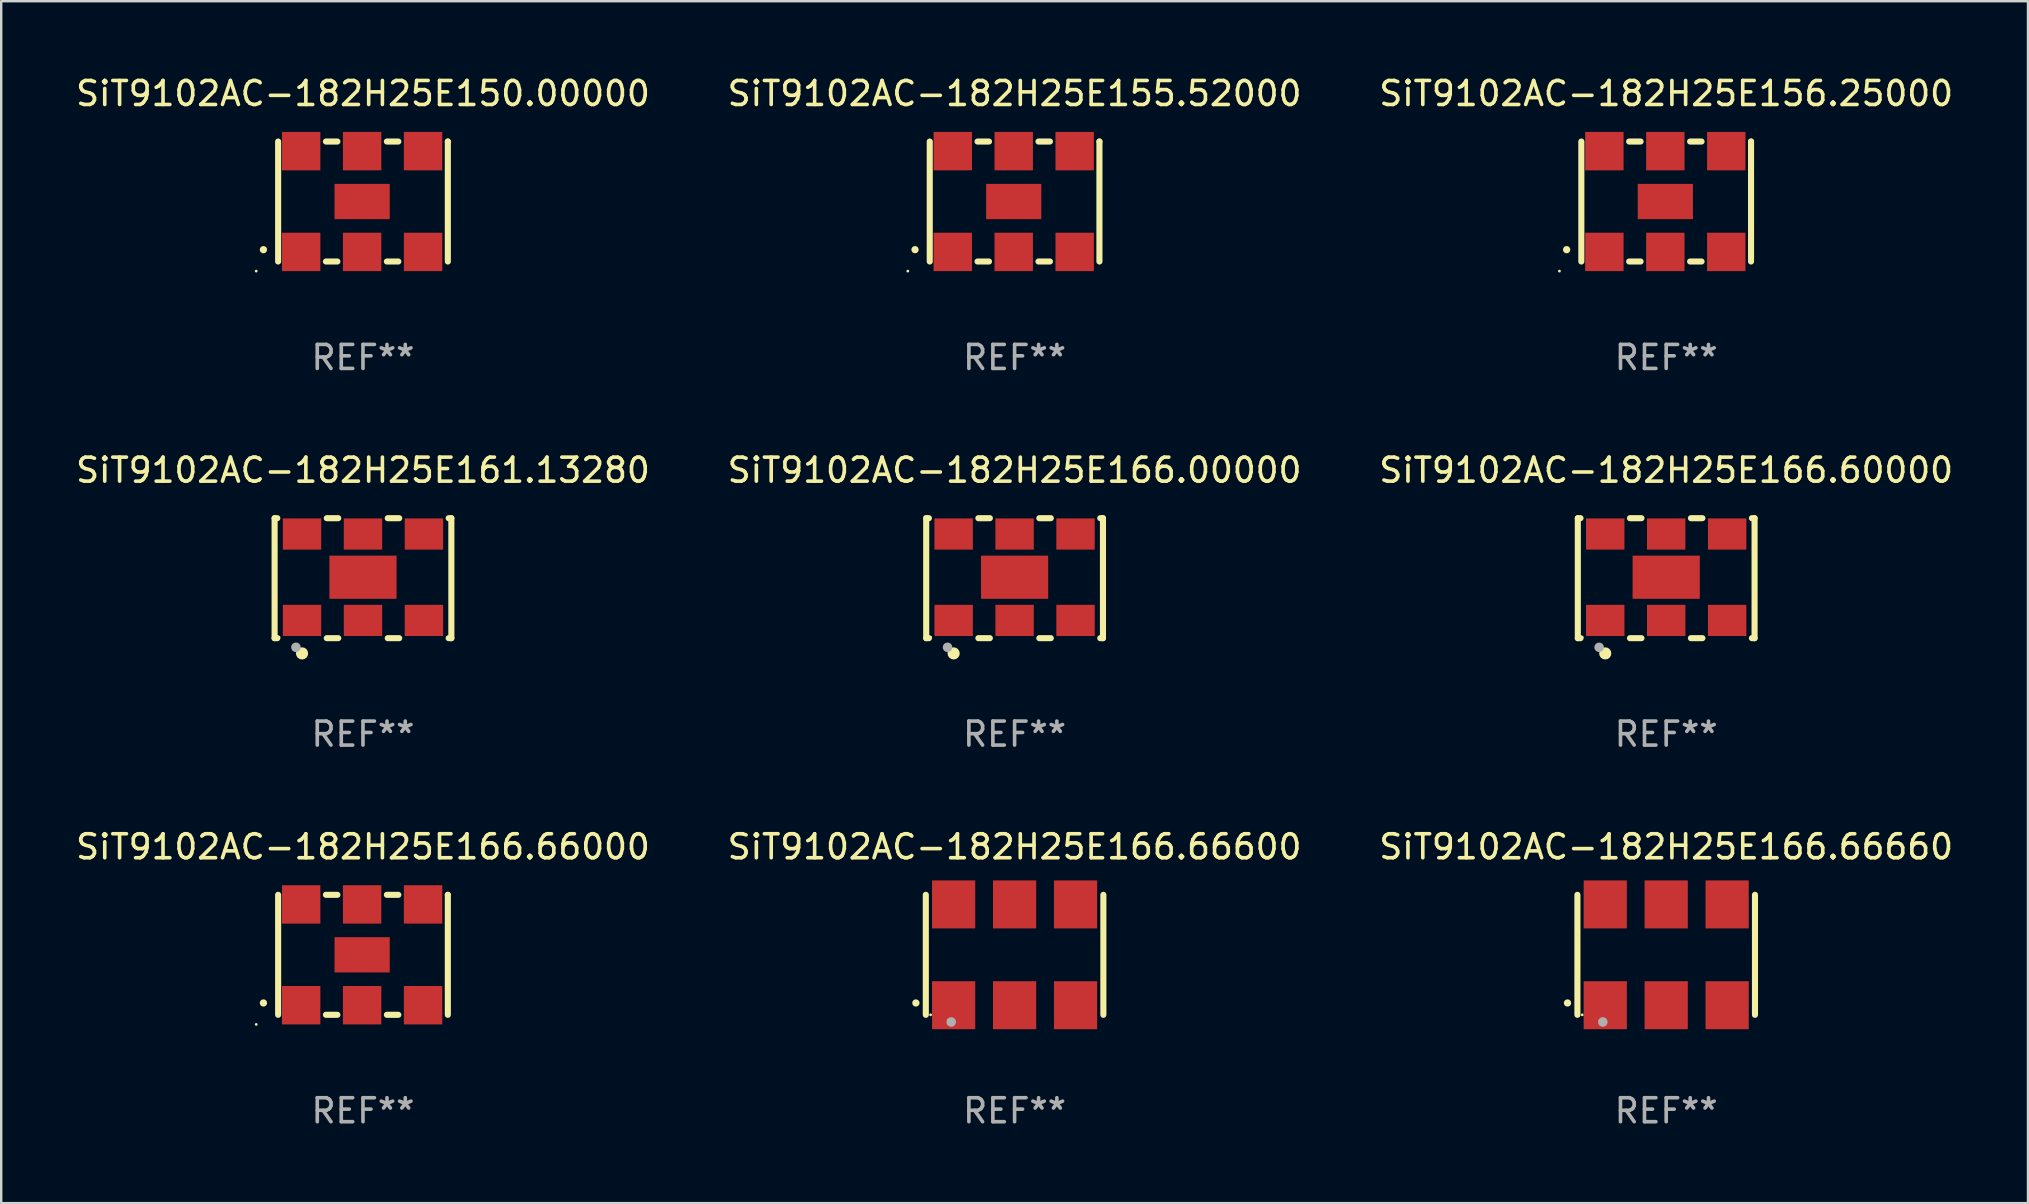
<source format=kicad_pcb>
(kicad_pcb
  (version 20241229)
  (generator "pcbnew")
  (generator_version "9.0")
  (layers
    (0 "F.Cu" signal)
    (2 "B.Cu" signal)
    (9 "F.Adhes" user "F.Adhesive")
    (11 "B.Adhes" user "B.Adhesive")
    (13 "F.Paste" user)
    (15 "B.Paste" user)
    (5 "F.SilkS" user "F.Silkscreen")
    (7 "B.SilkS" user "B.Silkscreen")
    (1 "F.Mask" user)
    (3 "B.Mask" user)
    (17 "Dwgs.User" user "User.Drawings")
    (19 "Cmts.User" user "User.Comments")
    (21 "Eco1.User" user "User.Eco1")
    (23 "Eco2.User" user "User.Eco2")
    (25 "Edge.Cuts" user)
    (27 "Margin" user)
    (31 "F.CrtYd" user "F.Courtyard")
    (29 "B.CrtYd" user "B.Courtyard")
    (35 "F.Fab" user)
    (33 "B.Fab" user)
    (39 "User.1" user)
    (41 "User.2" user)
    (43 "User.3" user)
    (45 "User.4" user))
  (footprint "SiT9102AC-182H25E156.25000"
    (layer "F.Cu")
    (at 66.387 5.348)
    (property "Reference" "SiT9102AC-182H25E156.25000" (at 0 -4.5 0) (layer "F.SilkS") (effects (font (size 1 1) (thickness 0.15))))
    (attr through_hole)
    (fp_line (start -3.536 -2.5) (end -3.536 2.5) (stroke (width 0.254) (type solid)) (layer "F.SilkS"))
    (fp_line (start -1.544 2.5) (end -1.067 2.5) (stroke (width 0.254) (type solid)) (layer "F.SilkS"))
    (fp_line (start -1.067 -2.5) (end -1.544 -2.5) (stroke (width 0.254) (type solid)) (layer "F.SilkS"))
    (fp_line (start 0.996 2.5) (end 1.473 2.5) (stroke (width 0.254) (type solid)) (layer "F.SilkS"))
    (fp_line (start 1.473 -2.5) (end 0.996 -2.5) (stroke (width 0.254) (type solid)) (layer "F.SilkS"))
    (fp_line (start 3.536 -2.5) (end 3.536 -2.5) (stroke (width 0.254) (type solid)) (layer "F.SilkS"))
    (fp_line (start 3.536 2.5) (end 3.536 -2.5) (stroke (width 0.254) (type solid)) (layer "F.SilkS"))
    (fp_arc (start -4.150432 2.006604) (mid -4.149162 2.006599) (end -4.147892 2.006604) (stroke (width 0.3) (type solid)) (layer "F.SilkS"))
    (fp_circle (center -4.449 2.9) (end -4.419 2.9) (stroke (width 0.06) (type solid)) (fill no) (layer "F.SilkS"))
    (fp_text user "REF**" (at 0 6.5 0) (layer "F.Fab") (effects (font (size 1 1) (thickness 0.15))))
    (pad "1" smd rect (at -2.576 2.1) (size 1.6 1.6) (layers "F.Cu" "F.Mask" "F.Paste"))
    (pad "2" smd rect (at -0.036 2.1) (size 1.6 1.6) (layers "F.Cu" "F.Mask" "F.Paste"))
    (pad "3" smd rect (at 2.504 2.1) (size 1.6 1.6) (layers "F.Cu" "F.Mask" "F.Paste"))
    (pad "4" smd rect (at 2.504 -2.1) (size 1.6 1.6) (layers "F.Cu" "F.Mask" "F.Paste"))
    (pad "5" smd rect (at -0.036 -2.1) (size 1.6 1.6) (layers "F.Cu" "F.Mask" "F.Paste"))
    (pad "6" smd rect (at -2.576 -2.1) (size 1.6 1.6) (layers "F.Cu" "F.Mask" "F.Paste"))
    (pad "7" smd rect (at -0.036 0) (size 2.3 1.47) (layers "F.Cu" "F.Mask" "F.Paste")))
  (footprint "SiT9102AC-182H25E166.66600"
    (layer "F.Cu")
    (at 39.232 36.741)
    (property "Reference" "SiT9102AC-182H25E166.66600" (at 0 -4.5 0) (layer "F.SilkS") (effects (font (size 1 1) (thickness 0.15))))
    (attr through_hole)
    (fp_line (start -3.7 -2.5) (end -3.7 2.5) (stroke (width 0.254) (type solid)) (layer "F.SilkS"))
    (fp_line (start 3.7 -2.5) (end 3.7 2.5) (stroke (width 0.254) (type solid)) (layer "F.SilkS"))
    (fp_arc (start -4.114415 2.006604) (mid -4.113145 2.006599) (end -4.111875 2.006604) (stroke (width 0.3) (type solid)) (layer "F.SilkS"))
    (fp_circle (center -3.5 2.501) (end -3.47 2.501) (stroke (width 0.06) (type solid)) (fill no) (layer "F.SilkS"))
    (fp_circle (center -2.641 2.799) (end -2.541 2.799) (stroke (width 0.2) (type solid)) (fill no) (layer "F.Fab"))
    (fp_text user "REF**" (at 0 6.5 0) (layer "F.Fab") (effects (font (size 1 1) (thickness 0.15))))
    (pad "1" smd rect (at -2.54 2.1) (size 1.8 2) (layers "F.Cu" "F.Mask" "F.Paste"))
    (pad "2" smd rect (at 0.000394 2.1) (size 1.8 2) (layers "F.Cu" "F.Mask" "F.Paste"))
    (pad "3" smd rect (at 2.54 2.1) (size 1.8 2) (layers "F.Cu" "F.Mask" "F.Paste"))
    (pad "4" smd rect (at 2.54 -2.1) (size 1.8 2) (layers "F.Cu" "F.Mask" "F.Paste"))
    (pad "5" smd rect (at 0.000394 -2.1) (size 1.8 2) (layers "F.Cu" "F.Mask" "F.Paste"))
    (pad "6" smd rect (at -2.54 -2.1) (size 1.8 2) (layers "F.Cu" "F.Mask" "F.Paste")))
  (footprint "SiT9102AC-182H25E166.00000"
    (layer "F.Cu")
    (at 39.232 21.045)
    (property "Reference" "SiT9102AC-182H25E166.00000" (at 0 -4.5 0) (layer "F.SilkS") (effects (font (size 1 1) (thickness 0.15))))
    (attr through_hole)
    (fp_line (start -3.683 -2.5) (end -3.571 -2.5) (stroke (width 0.254) (type solid)) (layer "F.SilkS"))
    (fp_line (start -3.683 2.5) (end -3.683 -2.5) (stroke (width 0.254) (type solid)) (layer "F.SilkS"))
    (fp_line (start -3.683 2.5) (end -3.571 2.5) (stroke (width 0.254) (type solid)) (layer "F.SilkS"))
    (fp_line (start -1.509 -2.5) (end -1.031 -2.5) (stroke (width 0.254) (type solid)) (layer "F.SilkS"))
    (fp_line (start -1.509 2.5) (end -1.031 2.5) (stroke (width 0.254) (type solid)) (layer "F.SilkS"))
    (fp_line (start 1.031 -2.5) (end 1.509 -2.5) (stroke (width 0.254) (type solid)) (layer "F.SilkS"))
    (fp_line (start 1.031 2.5) (end 1.509 2.5) (stroke (width 0.254) (type solid)) (layer "F.SilkS"))
    (fp_line (start 3.571 -2.5) (end 3.683 -2.5) (stroke (width 0.254) (type solid)) (layer "F.SilkS"))
    (fp_line (start 3.571 2.5) (end 3.683 2.5) (stroke (width 0.254) (type solid)) (layer "F.SilkS"))
    (fp_line (start 3.683 2.5) (end 3.683 -2.5) (stroke (width 0.254) (type solid)) (layer "F.SilkS"))
    (fp_circle (center -3.5 2.46) (end -3.47 2.46) (stroke (width 0.06) (type solid)) (fill no) (layer "F.SilkS"))
    (fp_circle (center -2.54 3.135) (end -2.413 3.135) (stroke (width 0.254) (type solid)) (fill no) (layer "F.SilkS"))
    (fp_circle (center -2.794 2.881) (end -2.694 2.881) (stroke (width 0.2) (type solid)) (fill no) (layer "F.Fab"))
    (fp_text user "REF**" (at 0 6.5 0) (layer "F.Fab") (effects (font (size 1 1) (thickness 0.15))))
    (pad "1" smd rect (at -2.54 1.76) (size 1.6 1.3) (layers "F.Cu" "F.Mask" "F.Paste"))
    (pad "2" smd rect (at 0 1.76) (size 1.6 1.3) (layers "F.Cu" "F.Mask" "F.Paste"))
    (pad "3" smd rect (at 2.54 1.76) (size 1.6 1.3) (layers "F.Cu" "F.Mask" "F.Paste"))
    (pad "4" smd rect (at 2.54 -1.84) (size 1.6 1.3) (layers "F.Cu" "F.Mask" "F.Paste"))
    (pad "5" smd rect (at 0 -1.84) (size 1.6 1.3) (layers "F.Cu" "F.Mask" "F.Paste"))
    (pad "6" smd rect (at -2.54 -1.84) (size 1.6 1.3) (layers "F.Cu" "F.Mask" "F.Paste"))
    (pad "7" smd rect (at 0 -0.04) (size 2.8 1.8) (layers "F.Cu" "F.Mask" "F.Paste")))
  (footprint "SiT9102AC-182H25E166.66000"
    (layer "F.Cu")
    (at 12.077 36.741)
    (property "Reference" "SiT9102AC-182H25E166.66000" (at 0 -4.5 0) (layer "F.SilkS") (effects (font (size 1 1) (thickness 0.15))))
    (attr through_hole)
    (fp_line (start -3.536 -2.5) (end -3.536 2.5) (stroke (width 0.254) (type solid)) (layer "F.SilkS"))
    (fp_line (start -1.544 2.5) (end -1.067 2.5) (stroke (width 0.254) (type solid)) (layer "F.SilkS"))
    (fp_line (start -1.067 -2.5) (end -1.544 -2.5) (stroke (width 0.254) (type solid)) (layer "F.SilkS"))
    (fp_line (start 0.996 2.5) (end 1.473 2.5) (stroke (width 0.254) (type solid)) (layer "F.SilkS"))
    (fp_line (start 1.473 -2.5) (end 0.996 -2.5) (stroke (width 0.254) (type solid)) (layer "F.SilkS"))
    (fp_line (start 3.536 -2.5) (end 3.536 -2.5) (stroke (width 0.254) (type solid)) (layer "F.SilkS"))
    (fp_line (start 3.536 2.5) (end 3.536 -2.5) (stroke (width 0.254) (type solid)) (layer "F.SilkS"))
    (fp_arc (start -4.150432 2.006604) (mid -4.149162 2.006599) (end -4.147892 2.006604) (stroke (width 0.3) (type solid)) (layer "F.SilkS"))
    (fp_circle (center -4.449 2.9) (end -4.419 2.9) (stroke (width 0.06) (type solid)) (fill no) (layer "F.SilkS"))
    (fp_text user "REF**" (at 0 6.5 0) (layer "F.Fab") (effects (font (size 1 1) (thickness 0.15))))
    (pad "1" smd rect (at -2.576 2.1) (size 1.6 1.6) (layers "F.Cu" "F.Mask" "F.Paste"))
    (pad "2" smd rect (at -0.036 2.1) (size 1.6 1.6) (layers "F.Cu" "F.Mask" "F.Paste"))
    (pad "3" smd rect (at 2.504 2.1) (size 1.6 1.6) (layers "F.Cu" "F.Mask" "F.Paste"))
    (pad "4" smd rect (at 2.504 -2.1) (size 1.6 1.6) (layers "F.Cu" "F.Mask" "F.Paste"))
    (pad "5" smd rect (at -0.036 -2.1) (size 1.6 1.6) (layers "F.Cu" "F.Mask" "F.Paste"))
    (pad "6" smd rect (at -2.576 -2.1) (size 1.6 1.6) (layers "F.Cu" "F.Mask" "F.Paste"))
    (pad "7" smd rect (at -0.036 0) (size 2.3 1.47) (layers "F.Cu" "F.Mask" "F.Paste")))
  (footprint "SiT9102AC-182H25E166.60000"
    (layer "F.Cu")
    (at 66.387 21.045)
    (property "Reference" "SiT9102AC-182H25E166.60000" (at 0 -4.5 0) (layer "F.SilkS") (effects (font (size 1 1) (thickness 0.15))))
    (attr through_hole)
    (fp_line (start -3.683 -2.5) (end -3.571 -2.5) (stroke (width 0.254) (type solid)) (layer "F.SilkS"))
    (fp_line (start -3.683 2.5) (end -3.683 -2.5) (stroke (width 0.254) (type solid)) (layer "F.SilkS"))
    (fp_line (start -3.683 2.5) (end -3.571 2.5) (stroke (width 0.254) (type solid)) (layer "F.SilkS"))
    (fp_line (start -1.509 -2.5) (end -1.031 -2.5) (stroke (width 0.254) (type solid)) (layer "F.SilkS"))
    (fp_line (start -1.509 2.5) (end -1.031 2.5) (stroke (width 0.254) (type solid)) (layer "F.SilkS"))
    (fp_line (start 1.031 -2.5) (end 1.509 -2.5) (stroke (width 0.254) (type solid)) (layer "F.SilkS"))
    (fp_line (start 1.031 2.5) (end 1.509 2.5) (stroke (width 0.254) (type solid)) (layer "F.SilkS"))
    (fp_line (start 3.571 -2.5) (end 3.683 -2.5) (stroke (width 0.254) (type solid)) (layer "F.SilkS"))
    (fp_line (start 3.571 2.5) (end 3.683 2.5) (stroke (width 0.254) (type solid)) (layer "F.SilkS"))
    (fp_line (start 3.683 2.5) (end 3.683 -2.5) (stroke (width 0.254) (type solid)) (layer "F.SilkS"))
    (fp_circle (center -3.5 2.46) (end -3.47 2.46) (stroke (width 0.06) (type solid)) (fill no) (layer "F.SilkS"))
    (fp_circle (center -2.54 3.135) (end -2.413 3.135) (stroke (width 0.254) (type solid)) (fill no) (layer "F.SilkS"))
    (fp_circle (center -2.794 2.881) (end -2.694 2.881) (stroke (width 0.2) (type solid)) (fill no) (layer "F.Fab"))
    (fp_text user "REF**" (at 0 6.5 0) (layer "F.Fab") (effects (font (size 1 1) (thickness 0.15))))
    (pad "1" smd rect (at -2.54 1.76) (size 1.6 1.3) (layers "F.Cu" "F.Mask" "F.Paste"))
    (pad "2" smd rect (at 0 1.76) (size 1.6 1.3) (layers "F.Cu" "F.Mask" "F.Paste"))
    (pad "3" smd rect (at 2.54 1.76) (size 1.6 1.3) (layers "F.Cu" "F.Mask" "F.Paste"))
    (pad "4" smd rect (at 2.54 -1.84) (size 1.6 1.3) (layers "F.Cu" "F.Mask" "F.Paste"))
    (pad "5" smd rect (at 0 -1.84) (size 1.6 1.3) (layers "F.Cu" "F.Mask" "F.Paste"))
    (pad "6" smd rect (at -2.54 -1.84) (size 1.6 1.3) (layers "F.Cu" "F.Mask" "F.Paste"))
    (pad "7" smd rect (at 0 -0.04) (size 2.8 1.8) (layers "F.Cu" "F.Mask" "F.Paste")))
  (footprint "SiT9102AC-182H25E150.00000"
    (layer "F.Cu")
    (at 12.077 5.348)
    (property "Reference" "SiT9102AC-182H25E150.00000" (at 0 -4.5 0) (layer "F.SilkS") (effects (font (size 1 1) (thickness 0.15))))
    (attr through_hole)
    (fp_line (start -3.536 -2.5) (end -3.536 2.5) (stroke (width 0.254) (type solid)) (layer "F.SilkS"))
    (fp_line (start -1.544 2.5) (end -1.067 2.5) (stroke (width 0.254) (type solid)) (layer "F.SilkS"))
    (fp_line (start -1.067 -2.5) (end -1.544 -2.5) (stroke (width 0.254) (type solid)) (layer "F.SilkS"))
    (fp_line (start 0.996 2.5) (end 1.473 2.5) (stroke (width 0.254) (type solid)) (layer "F.SilkS"))
    (fp_line (start 1.473 -2.5) (end 0.996 -2.5) (stroke (width 0.254) (type solid)) (layer "F.SilkS"))
    (fp_line (start 3.536 -2.5) (end 3.536 -2.5) (stroke (width 0.254) (type solid)) (layer "F.SilkS"))
    (fp_line (start 3.536 2.5) (end 3.536 -2.5) (stroke (width 0.254) (type solid)) (layer "F.SilkS"))
    (fp_arc (start -4.150432 2.006604) (mid -4.149162 2.006599) (end -4.147892 2.006604) (stroke (width 0.3) (type solid)) (layer "F.SilkS"))
    (fp_circle (center -4.449 2.9) (end -4.419 2.9) (stroke (width 0.06) (type solid)) (fill no) (layer "F.SilkS"))
    (fp_text user "REF**" (at 0 6.5 0) (layer "F.Fab") (effects (font (size 1 1) (thickness 0.15))))
    (pad "1" smd rect (at -2.576 2.1) (size 1.6 1.6) (layers "F.Cu" "F.Mask" "F.Paste"))
    (pad "2" smd rect (at -0.036 2.1) (size 1.6 1.6) (layers "F.Cu" "F.Mask" "F.Paste"))
    (pad "3" smd rect (at 2.504 2.1) (size 1.6 1.6) (layers "F.Cu" "F.Mask" "F.Paste"))
    (pad "4" smd rect (at 2.504 -2.1) (size 1.6 1.6) (layers "F.Cu" "F.Mask" "F.Paste"))
    (pad "5" smd rect (at -0.036 -2.1) (size 1.6 1.6) (layers "F.Cu" "F.Mask" "F.Paste"))
    (pad "6" smd rect (at -2.576 -2.1) (size 1.6 1.6) (layers "F.Cu" "F.Mask" "F.Paste"))
    (pad "7" smd rect (at -0.036 0) (size 2.3 1.47) (layers "F.Cu" "F.Mask" "F.Paste")))
  (footprint "SiT9102AC-182H25E166.66660"
    (layer "F.Cu")
    (at 66.387 36.741)
    (property "Reference" "SiT9102AC-182H25E166.66660" (at 0 -4.5 0) (layer "F.SilkS") (effects (font (size 1 1) (thickness 0.15))))
    (attr through_hole)
    (fp_line (start -3.7 -2.5) (end -3.7 2.5) (stroke (width 0.254) (type solid)) (layer "F.SilkS"))
    (fp_line (start 3.7 -2.5) (end 3.7 2.5) (stroke (width 0.254) (type solid)) (layer "F.SilkS"))
    (fp_arc (start -4.114415 2.006604) (mid -4.113145 2.006599) (end -4.111875 2.006604) (stroke (width 0.3) (type solid)) (layer "F.SilkS"))
    (fp_circle (center -3.5 2.501) (end -3.47 2.501) (stroke (width 0.06) (type solid)) (fill no) (layer "F.SilkS"))
    (fp_circle (center -2.641 2.799) (end -2.541 2.799) (stroke (width 0.2) (type solid)) (fill no) (layer "F.Fab"))
    (fp_text user "REF**" (at 0 6.5 0) (layer "F.Fab") (effects (font (size 1 1) (thickness 0.15))))
    (pad "1" smd rect (at -2.54 2.1) (size 1.8 2) (layers "F.Cu" "F.Mask" "F.Paste"))
    (pad "2" smd rect (at 0.000394 2.1) (size 1.8 2) (layers "F.Cu" "F.Mask" "F.Paste"))
    (pad "3" smd rect (at 2.54 2.1) (size 1.8 2) (layers "F.Cu" "F.Mask" "F.Paste"))
    (pad "4" smd rect (at 2.54 -2.1) (size 1.8 2) (layers "F.Cu" "F.Mask" "F.Paste"))
    (pad "5" smd rect (at 0.000394 -2.1) (size 1.8 2) (layers "F.Cu" "F.Mask" "F.Paste"))
    (pad "6" smd rect (at -2.54 -2.1) (size 1.8 2) (layers "F.Cu" "F.Mask" "F.Paste")))
  (footprint "SiT9102AC-182H25E155.52000"
    (layer "F.Cu")
    (at 39.232 5.348)
    (property "Reference" "SiT9102AC-182H25E155.52000" (at 0 -4.5 0) (layer "F.SilkS") (effects (font (size 1 1) (thickness 0.15))))
    (attr through_hole)
    (fp_line (start -3.536 -2.5) (end -3.536 2.5) (stroke (width 0.254) (type solid)) (layer "F.SilkS"))
    (fp_line (start -1.544 2.5) (end -1.067 2.5) (stroke (width 0.254) (type solid)) (layer "F.SilkS"))
    (fp_line (start -1.067 -2.5) (end -1.544 -2.5) (stroke (width 0.254) (type solid)) (layer "F.SilkS"))
    (fp_line (start 0.996 2.5) (end 1.473 2.5) (stroke (width 0.254) (type solid)) (layer "F.SilkS"))
    (fp_line (start 1.473 -2.5) (end 0.996 -2.5) (stroke (width 0.254) (type solid)) (layer "F.SilkS"))
    (fp_line (start 3.536 -2.5) (end 3.536 -2.5) (stroke (width 0.254) (type solid)) (layer "F.SilkS"))
    (fp_line (start 3.536 2.5) (end 3.536 -2.5) (stroke (width 0.254) (type solid)) (layer "F.SilkS"))
    (fp_arc (start -4.150432 2.006604) (mid -4.149162 2.006599) (end -4.147892 2.006604) (stroke (width 0.3) (type solid)) (layer "F.SilkS"))
    (fp_circle (center -4.449 2.9) (end -4.419 2.9) (stroke (width 0.06) (type solid)) (fill no) (layer "F.SilkS"))
    (fp_text user "REF**" (at 0 6.5 0) (layer "F.Fab") (effects (font (size 1 1) (thickness 0.15))))
    (pad "1" smd rect (at -2.576 2.1) (size 1.6 1.6) (layers "F.Cu" "F.Mask" "F.Paste"))
    (pad "2" smd rect (at -0.036 2.1) (size 1.6 1.6) (layers "F.Cu" "F.Mask" "F.Paste"))
    (pad "3" smd rect (at 2.504 2.1) (size 1.6 1.6) (layers "F.Cu" "F.Mask" "F.Paste"))
    (pad "4" smd rect (at 2.504 -2.1) (size 1.6 1.6) (layers "F.Cu" "F.Mask" "F.Paste"))
    (pad "5" smd rect (at -0.036 -2.1) (size 1.6 1.6) (layers "F.Cu" "F.Mask" "F.Paste"))
    (pad "6" smd rect (at -2.576 -2.1) (size 1.6 1.6) (layers "F.Cu" "F.Mask" "F.Paste"))
    (pad "7" smd rect (at -0.036 0) (size 2.3 1.47) (layers "F.Cu" "F.Mask" "F.Paste")))
  (footprint "SiT9102AC-182H25E161.13280"
    (layer "F.Cu")
    (at 12.077 21.045)
    (property "Reference" "SiT9102AC-182H25E161.13280" (at 0 -4.5 0) (layer "F.SilkS") (effects (font (size 1 1) (thickness 0.15))))
    (attr through_hole)
    (fp_line (start -3.683 -2.5) (end -3.571 -2.5) (stroke (width 0.254) (type solid)) (layer "F.SilkS"))
    (fp_line (start -3.683 2.5) (end -3.683 -2.5) (stroke (width 0.254) (type solid)) (layer "F.SilkS"))
    (fp_line (start -3.683 2.5) (end -3.571 2.5) (stroke (width 0.254) (type solid)) (layer "F.SilkS"))
    (fp_line (start -1.509 -2.5) (end -1.031 -2.5) (stroke (width 0.254) (type solid)) (layer "F.SilkS"))
    (fp_line (start -1.509 2.5) (end -1.031 2.5) (stroke (width 0.254) (type solid)) (layer "F.SilkS"))
    (fp_line (start 1.031 -2.5) (end 1.509 -2.5) (stroke (width 0.254) (type solid)) (layer "F.SilkS"))
    (fp_line (start 1.031 2.5) (end 1.509 2.5) (stroke (width 0.254) (type solid)) (layer "F.SilkS"))
    (fp_line (start 3.571 -2.5) (end 3.683 -2.5) (stroke (width 0.254) (type solid)) (layer "F.SilkS"))
    (fp_line (start 3.571 2.5) (end 3.683 2.5) (stroke (width 0.254) (type solid)) (layer "F.SilkS"))
    (fp_line (start 3.683 2.5) (end 3.683 -2.5) (stroke (width 0.254) (type solid)) (layer "F.SilkS"))
    (fp_circle (center -3.5 2.46) (end -3.47 2.46) (stroke (width 0.06) (type solid)) (fill no) (layer "F.SilkS"))
    (fp_circle (center -2.54 3.135) (end -2.413 3.135) (stroke (width 0.254) (type solid)) (fill no) (layer "F.SilkS"))
    (fp_circle (center -2.794 2.881) (end -2.694 2.881) (stroke (width 0.2) (type solid)) (fill no) (layer "F.Fab"))
    (fp_text user "REF**" (at 0 6.5 0) (layer "F.Fab") (effects (font (size 1 1) (thickness 0.15))))
    (pad "1" smd rect (at -2.54 1.76) (size 1.6 1.3) (layers "F.Cu" "F.Mask" "F.Paste"))
    (pad "2" smd rect (at 0 1.76) (size 1.6 1.3) (layers "F.Cu" "F.Mask" "F.Paste"))
    (pad "3" smd rect (at 2.54 1.76) (size 1.6 1.3) (layers "F.Cu" "F.Mask" "F.Paste"))
    (pad "4" smd rect (at 2.54 -1.84) (size 1.6 1.3) (layers "F.Cu" "F.Mask" "F.Paste"))
    (pad "5" smd rect (at 0 -1.84) (size 1.6 1.3) (layers "F.Cu" "F.Mask" "F.Paste"))
    (pad "6" smd rect (at -2.54 -1.84) (size 1.6 1.3) (layers "F.Cu" "F.Mask" "F.Paste"))
    (pad "7" smd rect (at 0 -0.04) (size 2.8 1.8) (layers "F.Cu" "F.Mask" "F.Paste")))
  (gr_rect
    (start -3 -3)
    (end 81.464 47.09)
    (stroke (width 0.1) (type default))
    (fill no)
    (layer "Edge.Cuts")))
</source>
